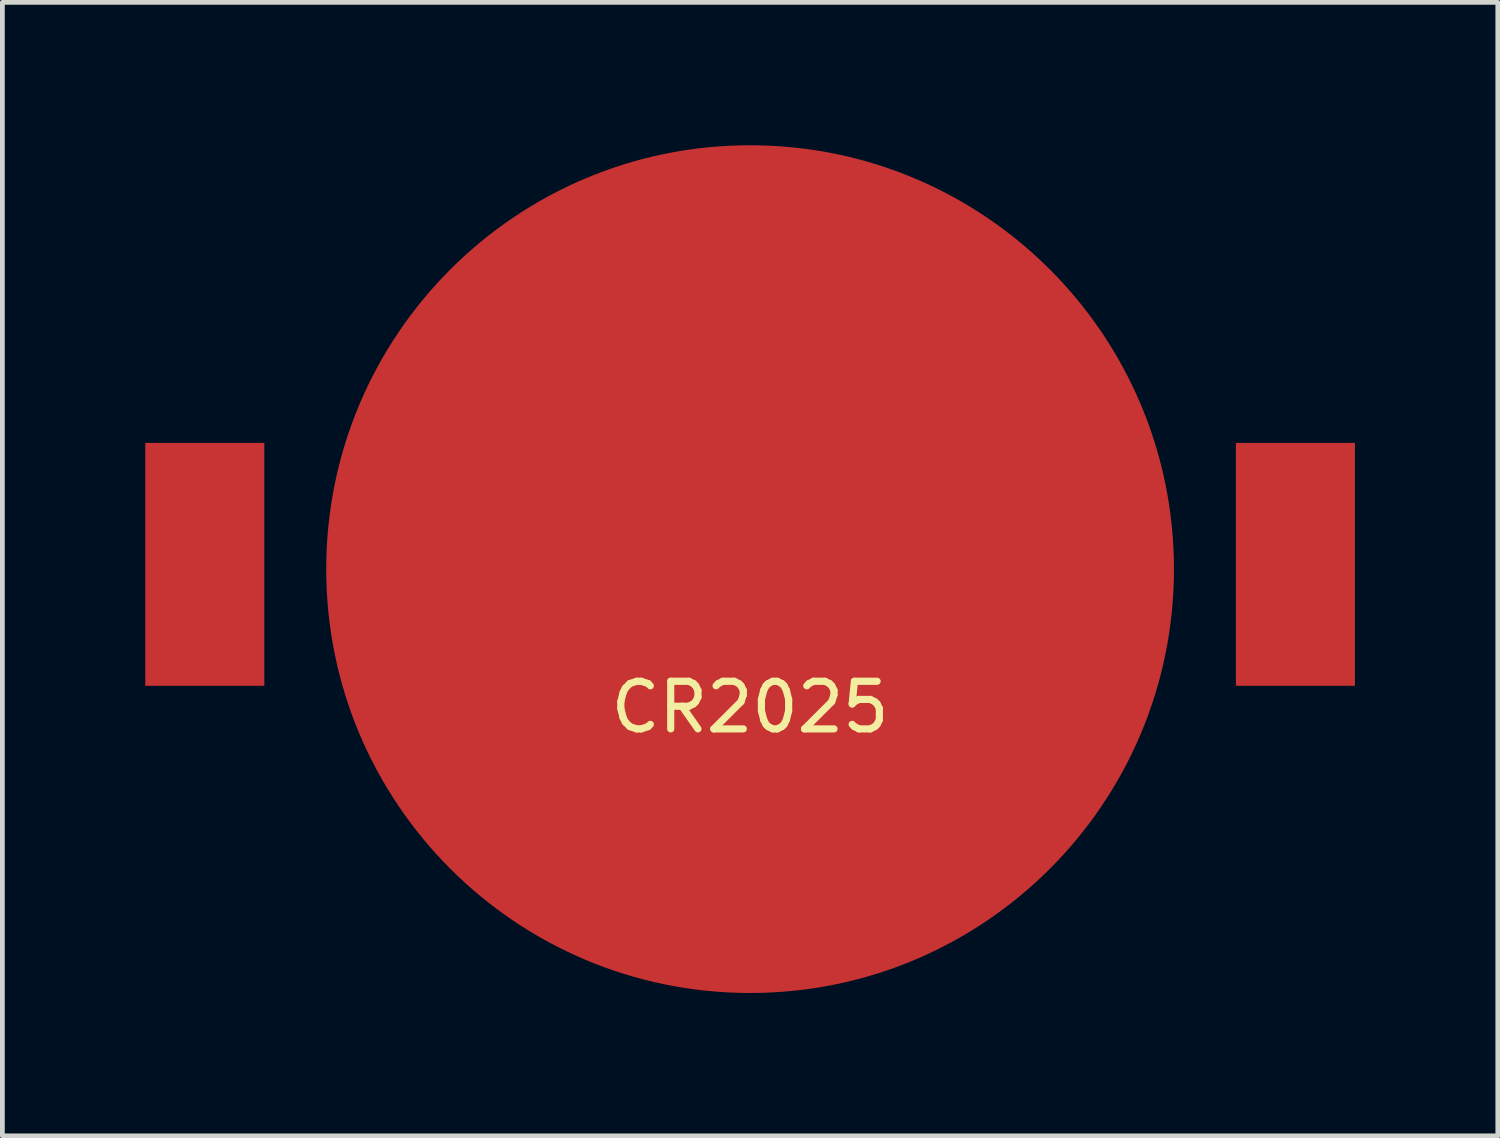
<source format=kicad_pcb>
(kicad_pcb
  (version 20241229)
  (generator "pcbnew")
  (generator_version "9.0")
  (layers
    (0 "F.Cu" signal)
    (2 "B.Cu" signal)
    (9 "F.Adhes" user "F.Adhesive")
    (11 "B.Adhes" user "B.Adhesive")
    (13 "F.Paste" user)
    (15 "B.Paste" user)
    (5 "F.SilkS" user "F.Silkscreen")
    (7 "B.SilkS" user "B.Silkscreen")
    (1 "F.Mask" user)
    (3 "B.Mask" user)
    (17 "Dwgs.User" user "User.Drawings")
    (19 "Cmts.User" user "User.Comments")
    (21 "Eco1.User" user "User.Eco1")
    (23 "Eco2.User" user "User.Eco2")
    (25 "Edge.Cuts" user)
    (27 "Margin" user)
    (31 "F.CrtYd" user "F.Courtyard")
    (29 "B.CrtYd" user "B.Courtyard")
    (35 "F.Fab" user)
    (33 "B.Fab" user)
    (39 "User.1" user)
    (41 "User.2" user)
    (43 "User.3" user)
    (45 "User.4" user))
  (footprint "CR2025"
    (layer "F.Cu")
    (at 12.7 8.8)
    (property "Reference" "CR2025" (at 0 3 0) (layer "F.SilkS") (effects (font (size 1 1) (thickness 0.15))))
    (attr through_hole)
    (pad "1" smd rect (at -11.45 0) (size 2.5 5.1) (layers "F.Cu" "F.Mask" "F.Paste"))
    (pad "1" smd rect (at 11.45 0) (size 2.5 5.1) (layers "F.Cu" "F.Mask" "F.Paste"))
    (pad "2" smd circle (at 0 0.1) (size 17.8 17.8) (layers "F.Cu" "F.Mask" "F.Paste")))
  (gr_rect
    (start -3 -3)
    (end 28.4 20.8)
    (stroke (width 0.1) (type default))
    (fill no)
    (layer "Edge.Cuts")))
</source>
